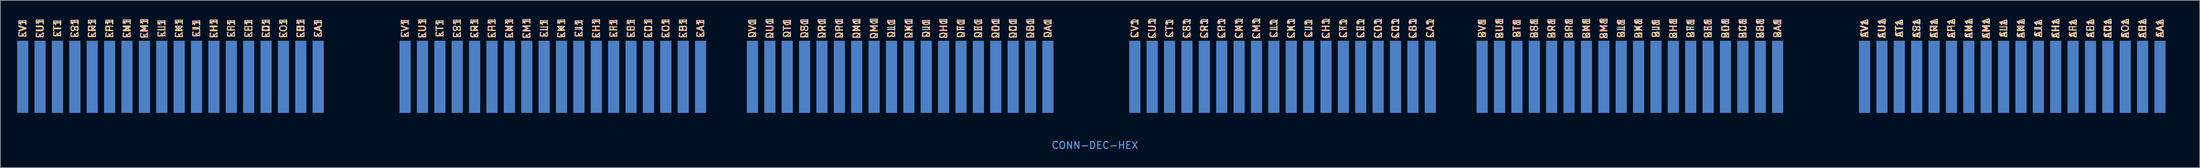
<source format=kicad_pcb>
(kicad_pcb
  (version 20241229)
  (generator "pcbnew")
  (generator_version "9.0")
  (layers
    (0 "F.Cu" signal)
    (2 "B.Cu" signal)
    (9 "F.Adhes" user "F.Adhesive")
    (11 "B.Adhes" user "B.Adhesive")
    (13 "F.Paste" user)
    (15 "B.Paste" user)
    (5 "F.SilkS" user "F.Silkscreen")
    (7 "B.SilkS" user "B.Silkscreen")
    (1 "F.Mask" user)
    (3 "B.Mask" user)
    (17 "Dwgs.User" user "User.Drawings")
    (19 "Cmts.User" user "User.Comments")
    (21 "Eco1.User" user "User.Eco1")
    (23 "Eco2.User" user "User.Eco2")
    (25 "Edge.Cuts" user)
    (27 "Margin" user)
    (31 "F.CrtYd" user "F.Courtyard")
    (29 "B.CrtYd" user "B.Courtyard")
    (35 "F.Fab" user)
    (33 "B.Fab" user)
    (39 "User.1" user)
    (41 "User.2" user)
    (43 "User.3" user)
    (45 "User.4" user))
  (footprint "CONN-DEC-HEX"
    (layer "F.Cu")
    (at 395.536 18.653)
    (property "Reference" "CONN-DEC-HEX" (at -198.577 4.928 0) (layer "Cmts.User") (effects (font (size 1.27 1.27) (thickness 0.203))))
    (attr through_hole)
    (fp_text user "FK1" (at -365.862 -16.51 90) (layer "F.SilkS") (effects (font (size 1.27 1.27) (thickness 0.203))))
    (fp_text user "AJ1" (at -26.238 -16.51 90) (layer "F.SilkS") (effects (font (size 1.27 1.27) (thickness 0.203))))
    (fp_text user "AV1" (at -57.988 -16.51 90) (layer "F.SilkS") (effects (font (size 1.27 1.27) (thickness 0.203))))
    (fp_text user "BN1" (at -108.788 -16.51 90) (layer "F.SilkS") (effects (font (size 1.27 1.27) (thickness 0.203))))
    (fp_text user "CJ1" (at -159.537 -16.51 90) (layer "F.SilkS") (effects (font (size 1.27 1.27) (thickness 0.203))))
    (fp_text user "CR1" (at -178.587 -16.51 90) (layer "F.SilkS") (effects (font (size 1.27 1.27) (thickness 0.203))))
    (fp_text user "EK1" (at -296.012 -16.51 90) (layer "F.SilkS") (effects (font (size 1.27 1.27) (thickness 0.203))))
    (fp_text user "AP1" (at -42.113 -16.51 90) (layer "F.SilkS") (effects (font (size 1.27 1.27) (thickness 0.203))))
    (fp_text user "EF1" (at -286.487 -16.51 90) (layer "F.SilkS") (effects (font (size 1.27 1.27) (thickness 0.203))))
    (fp_text user "FA1" (at -340.462 -16.51 90) (layer "F.SilkS") (effects (font (size 1.27 1.27) (thickness 0.203))))
    (fp_text user "DU1" (at -257.962 -16.51 90) (layer "F.SilkS") (effects (font (size 1.27 1.27) (thickness 0.203))))
    (fp_text user "ES1" (at -315.062 -16.51 90) (layer "F.SilkS") (effects (font (size 1.27 1.27) (thickness 0.203))))
    (fp_text user "FF1" (at -356.337 -16.51 90) (layer "F.SilkS") (effects (font (size 1.27 1.27) (thickness 0.203))))
    (fp_text user "DL1" (at -235.737 -16.51 90) (layer "F.SilkS") (effects (font (size 1.27 1.27) (thickness 0.203))))
    (fp_text user "CN1" (at -172.237 -16.51 90) (layer "F.SilkS") (effects (font (size 1.27 1.27) (thickness 0.203))))
    (fp_text user "DA1" (at -207.162 -16.51 90) (layer "F.SilkS") (effects (font (size 1.27 1.27) (thickness 0.203))))
    (fp_text user "BF1" (at -89.738 -16.51 90) (layer "F.SilkS") (effects (font (size 1.27 1.27) (thickness 0.203))))
    (fp_text user "AN1" (at -38.938 -16.51 90) (layer "F.SilkS") (effects (font (size 1.27 1.27) (thickness 0.203))))
    (fp_text user "BS1" (at -118.313 -16.51 90) (layer "F.SilkS") (effects (font (size 1.27 1.27) (thickness 0.203))))
    (fp_text user "DC1" (at -213.512 -16.51 90) (layer "F.SilkS") (effects (font (size 1.27 1.27) (thickness 0.203))))
    (fp_text user "FE1" (at -353.162 -16.51 90) (layer "F.SilkS") (effects (font (size 1.27 1.27) (thickness 0.203))))
    (fp_text user "FS1" (at -384.912 -16.51 90) (layer "F.SilkS") (effects (font (size 1.27 1.27) (thickness 0.203))))
    (fp_text user "BA1" (at -73.863 -16.51 90) (layer "F.SilkS") (effects (font (size 1.27 1.27) (thickness 0.203))))
    (fp_text user "CD1" (at -146.837 -16.51 90) (layer "F.SilkS") (effects (font (size 1.27 1.27) (thickness 0.203))))
    (fp_text user "BP1" (at -111.963 -16.51 90) (layer "F.SilkS") (effects (font (size 1.27 1.27) (thickness 0.203))))
    (fp_text user "FU1" (at -391.262 -16.51 90) (layer "F.SilkS") (effects (font (size 1.27 1.27) (thickness 0.203))))
    (fp_text user "BE1" (at -86.563 -16.51 90) (layer "F.SilkS") (effects (font (size 1.27 1.27) (thickness 0.203))))
    (fp_text user "DN1" (at -242.087 -16.51 90) (layer "F.SilkS") (effects (font (size 1.27 1.27) (thickness 0.203))))
    (fp_text user "CE1" (at -150.012 -16.51 90) (layer "F.SilkS") (effects (font (size 1.27 1.27) (thickness 0.203))))
    (fp_text user "CB1" (at -140.487 -16.51 90) (layer "F.SilkS") (effects (font (size 1.27 1.27) (thickness 0.203))))
    (fp_text user "AD1" (at -13.538 -16.51 90) (layer "F.SilkS") (effects (font (size 1.27 1.27) (thickness 0.203))))
    (fp_text user "FT1" (at -388.087 -16.51 90) (layer "F.SilkS") (effects (font (size 1.27 1.27) (thickness 0.203))))
    (fp_text user "EH1" (at -289.662 -16.51 90) (layer "F.SilkS") (effects (font (size 1.27 1.27) (thickness 0.203))))
    (fp_text user "BK1" (at -99.263 -16.51 90) (layer "F.SilkS") (effects (font (size 1.27 1.27) (thickness 0.203))))
    (fp_text user "FR1" (at -381.737 -16.51 90) (layer "F.SilkS") (effects (font (size 1.27 1.27) (thickness 0.203))))
    (fp_text user "BJ1" (at -96.088 -16.51 90) (layer "F.SilkS") (effects (font (size 1.27 1.27) (thickness 0.203))))
    (fp_text user "CU1" (at -188.112 -16.51 90) (layer "F.SilkS") (effects (font (size 1.27 1.27) (thickness 0.203))))
    (fp_text user "AE1" (at -16.713 -16.51 90) (layer "F.SilkS") (effects (font (size 1.27 1.27) (thickness 0.203))))
    (fp_text user "CL1" (at -165.887 -16.51 90) (layer "F.SilkS") (effects (font (size 1.27 1.27) (thickness 0.203))))
    (fp_text user "AC1" (at -10.363 -16.51 90) (layer "F.SilkS") (effects (font (size 1.27 1.27) (thickness 0.203))))
    (fp_text user "DH1" (at -226.212 -16.51 90) (layer "F.SilkS") (effects (font (size 1.27 1.27) (thickness 0.203))))
    (fp_text user "BU1" (at -124.663 -16.51 90) (layer "F.SilkS") (effects (font (size 1.27 1.27) (thickness 0.203))))
    (fp_text user "EL1" (at -299.187 -16.51 90) (layer "F.SilkS") (effects (font (size 1.27 1.27) (thickness 0.203))))
    (fp_text user "EM1" (at -302.362 -16.51 90) (layer "F.SilkS") (effects (font (size 1.27 1.27) (thickness 0.203))))
    (fp_text user "BL1" (at -102.438 -16.51 90) (layer "F.SilkS") (effects (font (size 1.27 1.27) (thickness 0.203))))
    (fp_text user "FN1" (at -375.387 -16.51 90) (layer "F.SilkS") (effects (font (size 1.27 1.27) (thickness 0.203))))
    (fp_text user "DK1" (at -232.562 -16.51 90) (layer "F.SilkS") (effects (font (size 1.27 1.27) (thickness 0.203))))
    (fp_text user "EB1" (at -273.787 -16.51 90) (layer "F.SilkS") (effects (font (size 1.27 1.27) (thickness 0.203))))
    (fp_text user "BC1" (at -80.213 -16.51 90) (layer "F.SilkS") (effects (font (size 1.27 1.27) (thickness 0.203))))
    (fp_text user "DF1" (at -223.037 -16.51 90) (layer "F.SilkS") (effects (font (size 1.27 1.27) (thickness 0.203))))
    (fp_text user "EN1" (at -305.537 -16.51 90) (layer "F.SilkS") (effects (font (size 1.27 1.27) (thickness 0.203))))
    (fp_text user "BM1" (at -105.613 -16.51 90) (layer "F.SilkS") (effects (font (size 1.27 1.27) (thickness 0.203))))
    (fp_text user "EC1" (at -276.962 -16.51 90) (layer "F.SilkS") (effects (font (size 1.27 1.27) (thickness 0.203))))
    (fp_text user "DJ1" (at -229.387 -16.51 90) (layer "F.SilkS") (effects (font (size 1.27 1.27) (thickness 0.203))))
    (fp_text user "ED1" (at -280.137 -16.51 90) (layer "F.SilkS") (effects (font (size 1.27 1.27) (thickness 0.203))))
    (fp_text user "DM1" (at -238.912 -16.51 90) (layer "F.SilkS") (effects (font (size 1.27 1.27) (thickness 0.203))))
    (fp_text user "DB1" (at -210.337 -16.51 90) (layer "F.SilkS") (effects (font (size 1.27 1.27) (thickness 0.203))))
    (fp_text user "AA1" (at -4.013 -16.51 90) (layer "F.SilkS") (effects (font (size 1.27 1.27) (thickness 0.203))))
    (fp_text user "BV1" (at -127.838 -16.51 90) (layer "F.SilkS") (effects (font (size 1.27 1.27) (thickness 0.203))))
    (fp_text user "DT1" (at -254.787 -16.51 90) (layer "F.SilkS") (effects (font (size 1.27 1.27) (thickness 0.203))))
    (fp_text user "FM1" (at -372.212 -16.51 90) (layer "F.SilkS") (effects (font (size 1.27 1.27) (thickness 0.203))))
    (fp_text user "AS1" (at -48.463 -16.51 90) (layer "F.SilkS") (effects (font (size 1.27 1.27) (thickness 0.203))))
    (fp_text user "DP1" (at -245.262 -16.51 90) (layer "F.SilkS") (effects (font (size 1.27 1.27) (thickness 0.203))))
    (fp_text user "AT1" (at -51.638 -16.51 90) (layer "F.SilkS") (effects (font (size 1.27 1.27) (thickness 0.203))))
    (fp_text user "DS1" (at -251.612 -16.51 90) (layer "F.SilkS") (effects (font (size 1.27 1.27) (thickness 0.203))))
    (fp_text user "FB1" (at -343.637 -16.51 90) (layer "F.SilkS") (effects (font (size 1.27 1.27) (thickness 0.203))))
    (fp_text user "ER1" (at -311.887 -16.51 90) (layer "F.SilkS") (effects (font (size 1.27 1.27) (thickness 0.203))))
    (fp_text user "DD1" (at -216.687 -16.51 90) (layer "F.SilkS") (effects (font (size 1.27 1.27) (thickness 0.203))))
    (fp_text user "CM1" (at -169.062 -16.51 90) (layer "F.SilkS") (effects (font (size 1.27 1.27) (thickness 0.203))))
    (fp_text user "BB1" (at -77.038 -16.51 90) (layer "F.SilkS") (effects (font (size 1.27 1.27) (thickness 0.203))))
    (fp_text user "CK1" (at -162.712 -16.51 90) (layer "F.SilkS") (effects (font (size 1.27 1.27) (thickness 0.203))))
    (fp_text user "FP1" (at -378.562 -16.51 90) (layer "F.SilkS") (effects (font (size 1.27 1.27) (thickness 0.203))))
    (fp_text user "AR1" (at -45.288 -16.51 90) (layer "F.SilkS") (effects (font (size 1.27 1.27) (thickness 0.203))))
    (fp_text user "EJ1" (at -292.837 -16.51 90) (layer "F.SilkS") (effects (font (size 1.27 1.27) (thickness 0.203))))
    (fp_text user "EU1" (at -321.412 -16.51 90) (layer "F.SilkS") (effects (font (size 1.27 1.27) (thickness 0.203))))
    (fp_text user "BD1" (at -83.388 -16.51 90) (layer "F.SilkS") (effects (font (size 1.27 1.27) (thickness 0.203))))
    (fp_text user "FV1" (at -394.437 -16.51 90) (layer "F.SilkS") (effects (font (size 1.27 1.27) (thickness 0.203))))
    (fp_text user "AB1" (at -7.188 -16.51 90) (layer "F.SilkS") (effects (font (size 1.27 1.27) (thickness 0.203))))
    (fp_text user "CC1" (at -143.662 -16.51 90) (layer "F.SilkS") (effects (font (size 1.27 1.27) (thickness 0.203))))
    (fp_text user "CA1" (at -137.312 -16.51 90) (layer "F.SilkS") (effects (font (size 1.27 1.27) (thickness 0.203))))
    (fp_text user "BH1" (at -92.913 -16.51 90) (layer "F.SilkS") (effects (font (size 1.27 1.27) (thickness 0.203))))
    (fp_text user "CF1" (at -153.187 -16.51 90) (layer "F.SilkS") (effects (font (size 1.27 1.27) (thickness 0.203))))
    (fp_text user "AK1" (at -29.413 -16.51 90) (layer "F.SilkS") (effects (font (size 1.27 1.27) (thickness 0.203))))
    (fp_text user "EA1" (at -270.612 -16.51 90) (layer "F.SilkS") (effects (font (size 1.27 1.27) (thickness 0.203))))
    (fp_text user "CP1" (at -175.412 -16.51 90) (layer "F.SilkS") (effects (font (size 1.27 1.27) (thickness 0.203))))
    (fp_text user "AH1" (at -23.063 -16.51 90) (layer "F.SilkS") (effects (font (size 1.27 1.27) (thickness 0.203))))
    (fp_text user "FC1" (at -346.812 -16.51 90) (layer "F.SilkS") (effects (font (size 1.27 1.27) (thickness 0.203))))
    (fp_text user "DE1" (at -219.862 -16.51 90) (layer "F.SilkS") (effects (font (size 1.27 1.27) (thickness 0.203))))
    (fp_text user "CV1" (at -191.287 -16.51 90) (layer "F.SilkS") (effects (font (size 1.27 1.27) (thickness 0.203))))
    (fp_text user "CT1" (at -184.937 -16.51 90) (layer "F.SilkS") (effects (font (size 1.27 1.27) (thickness 0.203))))
    (fp_text user "ET1" (at -318.237 -16.51 90) (layer "F.SilkS") (effects (font (size 1.27 1.27) (thickness 0.203))))
    (fp_text user "EV1" (at -324.587 -16.51 90) (layer "F.SilkS") (effects (font (size 1.27 1.27) (thickness 0.203))))
    (fp_text user "AU1" (at -54.813 -16.51 90) (layer "F.SilkS") (effects (font (size 1.27 1.27) (thickness 0.203))))
    (fp_text user "AL1" (at -32.588 -16.51 90) (layer "F.SilkS") (effects (font (size 1.27 1.27) (thickness 0.203))))
    (fp_text user "AF1" (at -19.888 -16.51 90) (layer "F.SilkS") (effects (font (size 1.27 1.27) (thickness 0.203))))
    (fp_text user "CH1" (at -156.362 -16.51 90) (layer "F.SilkS") (effects (font (size 1.27 1.27) (thickness 0.203))))
    (fp_text user "FD1" (at -349.987 -16.51 90) (layer "F.SilkS") (effects (font (size 1.27 1.27) (thickness 0.203))))
    (fp_text user "BR1" (at -115.138 -16.51 90) (layer "F.SilkS") (effects (font (size 1.27 1.27) (thickness 0.203))))
    (fp_text user "CS1" (at -181.762 -16.51 90) (layer "F.SilkS") (effects (font (size 1.27 1.27) (thickness 0.203))))
    (fp_text user "EP1" (at -308.712 -16.51 90) (layer "F.SilkS") (effects (font (size 1.27 1.27) (thickness 0.203))))
    (fp_text user "FJ1" (at -362.687 -16.51 90) (layer "F.SilkS") (effects (font (size 1.27 1.27) (thickness 0.203))))
    (fp_text user "AM1" (at -35.763 -16.51 90) (layer "F.SilkS") (effects (font (size 1.27 1.27) (thickness 0.203))))
    (fp_text user "FH1" (at -359.512 -16.51 90) (layer "F.SilkS") (effects (font (size 1.27 1.27) (thickness 0.203))))
    (fp_text user "EE1" (at -283.312 -16.51 90) (layer "F.SilkS") (effects (font (size 1.27 1.27) (thickness 0.203))))
    (fp_text user "DV1" (at -261.137 -16.51 90) (layer "F.SilkS") (effects (font (size 1.27 1.27) (thickness 0.203))))
    (fp_text user "BT1" (at -121.488 -16.51 90) (layer "F.SilkS") (effects (font (size 1.27 1.27) (thickness 0.203))))
    (fp_text user "DR1" (at -248.437 -16.51 90) (layer "F.SilkS") (effects (font (size 1.27 1.27) (thickness 0.203))))
    (fp_text user "FL1" (at -369.037 -16.51 90) (layer "F.SilkS") (effects (font (size 1.27 1.27) (thickness 0.203))))
    (fp_text user "CJ2" (at -159.537 -16.51 90) (layer "B.SilkS") (effects (font (size 1.27 1.27) (thickness 0.203)) (justify mirror)))
    (fp_text user "AP2" (at -42.113 -16.51 90) (layer "B.SilkS") (effects (font (size 1.27 1.27) (thickness 0.203)) (justify mirror)))
    (fp_text user "CU2" (at -188.112 -16.51 90) (layer "B.SilkS") (effects (font (size 1.27 1.27) (thickness 0.203)) (justify mirror)))
    (fp_text user "EP2" (at -308.712 -16.51 90) (layer "B.SilkS") (effects (font (size 1.27 1.27) (thickness 0.203)) (justify mirror)))
    (fp_text user "EJ2" (at -292.837 -16.51 90) (layer "B.SilkS") (effects (font (size 1.27 1.27) (thickness 0.203)) (justify mirror)))
    (fp_text user "AA2" (at -4.013 -16.51 90) (layer "B.SilkS") (effects (font (size 1.27 1.27) (thickness 0.203)) (justify mirror)))
    (fp_text user "BJ2" (at -96.088 -16.51 90) (layer "B.SilkS") (effects (font (size 1.27 1.27) (thickness 0.203)) (justify mirror)))
    (fp_text user "FR2" (at -381.737 -16.51 90) (layer "B.SilkS") (effects (font (size 1.27 1.27) (thickness 0.203)) (justify mirror)))
    (fp_text user "DU2" (at -257.962 -16.51 90) (layer "B.SilkS") (effects (font (size 1.27 1.27) (thickness 0.203)) (justify mirror)))
    (fp_text user "EK2" (at -296.012 -16.51 90) (layer "B.SilkS") (effects (font (size 1.27 1.27) (thickness 0.203)) (justify mirror)))
    (fp_text user "CV2" (at -191.287 -16.51 90) (layer "B.SilkS") (effects (font (size 1.27 1.27) (thickness 0.203)) (justify mirror)))
    (fp_text user "CM2" (at -169.062 -16.51 90) (layer "B.SilkS") (effects (font (size 1.27 1.27) (thickness 0.203)) (justify mirror)))
    (fp_text user "BM2" (at -105.613 -16.51 90) (layer "B.SilkS") (effects (font (size 1.27 1.27) (thickness 0.203)) (justify mirror)))
    (fp_text user "FU2" (at -391.262 -16.51 90) (layer "B.SilkS") (effects (font (size 1.27 1.27) (thickness 0.203)) (justify mirror)))
    (fp_text user "DF2" (at -223.037 -16.51 90) (layer "B.SilkS") (effects (font (size 1.27 1.27) (thickness 0.203)) (justify mirror)))
    (fp_text user "DK2" (at -232.562 -16.51 90) (layer "B.SilkS") (effects (font (size 1.27 1.27) (thickness 0.203)) (justify mirror)))
    (fp_text user "DR2" (at -248.437 -16.51 90) (layer "B.SilkS") (effects (font (size 1.27 1.27) (thickness 0.203)) (justify mirror)))
    (fp_text user "BU2" (at -124.663 -16.51 90) (layer "B.SilkS") (effects (font (size 1.27 1.27) (thickness 0.203)) (justify mirror)))
    (fp_text user "CR2" (at -178.587 -16.51 90) (layer "B.SilkS") (effects (font (size 1.27 1.27) (thickness 0.203)) (justify mirror)))
    (fp_text user "CF2" (at -153.187 -16.51 90) (layer "B.SilkS") (effects (font (size 1.27 1.27) (thickness 0.203)) (justify mirror)))
    (fp_text user "DT2" (at -254.787 -16.51 90) (layer "B.SilkS") (effects (font (size 1.27 1.27) (thickness 0.203)) (justify mirror)))
    (fp_text user "CN2" (at -172.237 -16.51 90) (layer "B.SilkS") (effects (font (size 1.27 1.27) (thickness 0.203)) (justify mirror)))
    (fp_text user "AR2" (at -45.288 -16.51 90) (layer "B.SilkS") (effects (font (size 1.27 1.27) (thickness 0.203)) (justify mirror)))
    (fp_text user "FK2" (at -365.862 -16.51 90) (layer "B.SilkS") (effects (font (size 1.27 1.27) (thickness 0.203)) (justify mirror)))
    (fp_text user "EM2" (at -302.362 -16.51 90) (layer "B.SilkS") (effects (font (size 1.27 1.27) (thickness 0.203)) (justify mirror)))
    (fp_text user "AC2" (at -10.363 -16.51 90) (layer "B.SilkS") (effects (font (size 1.27 1.27) (thickness 0.203)) (justify mirror)))
    (fp_text user "ES2" (at -315.062 -16.51 90) (layer "B.SilkS") (effects (font (size 1.27 1.27) (thickness 0.203)) (justify mirror)))
    (fp_text user "CC2" (at -143.662 -16.51 90) (layer "B.SilkS") (effects (font (size 1.27 1.27) (thickness 0.203)) (justify mirror)))
    (fp_text user "FT2" (at -388.087 -16.51 90) (layer "B.SilkS") (effects (font (size 1.27 1.27) (thickness 0.203)) (justify mirror)))
    (fp_text user "DJ2" (at -229.387 -16.51 90) (layer "B.SilkS") (effects (font (size 1.27 1.27) (thickness 0.203)) (justify mirror)))
    (fp_text user "AJ2" (at -26.238 -16.51 90) (layer "B.SilkS") (effects (font (size 1.27 1.27) (thickness 0.203)) (justify mirror)))
    (fp_text user "BR2" (at -115.138 -16.51 90) (layer "B.SilkS") (effects (font (size 1.27 1.27) (thickness 0.203)) (justify mirror)))
    (fp_text user "EC2" (at -276.962 -16.51 90) (layer "B.SilkS") (effects (font (size 1.27 1.27) (thickness 0.203)) (justify mirror)))
    (fp_text user "CS2" (at -181.762 -16.51 90) (layer "B.SilkS") (effects (font (size 1.27 1.27) (thickness 0.203)) (justify mirror)))
    (fp_text user "FM2" (at -372.212 -16.51 90) (layer "B.SilkS") (effects (font (size 1.27 1.27) (thickness 0.203)) (justify mirror)))
    (fp_text user "CH2" (at -156.362 -16.51 90) (layer "B.SilkS") (effects (font (size 1.27 1.27) (thickness 0.203)) (justify mirror)))
    (fp_text user "AB2" (at -7.188 -16.51 90) (layer "B.SilkS") (effects (font (size 1.27 1.27) (thickness 0.203)) (justify mirror)))
    (fp_text user "AT2" (at -51.638 -16.51 90) (layer "B.SilkS") (effects (font (size 1.27 1.27) (thickness 0.203)) (justify mirror)))
    (fp_text user "FS2" (at -384.912 -16.51 90) (layer "B.SilkS") (effects (font (size 1.27 1.27) (thickness 0.203)) (justify mirror)))
    (fp_text user "BF2" (at -89.738 -16.51 90) (layer "B.SilkS") (effects (font (size 1.27 1.27) (thickness 0.203)) (justify mirror)))
    (fp_text user "BE2" (at -86.563 -16.51 90) (layer "B.SilkS") (effects (font (size 1.27 1.27) (thickness 0.203)) (justify mirror)))
    (fp_text user "DP2" (at -245.262 -16.51 90) (layer "B.SilkS") (effects (font (size 1.27 1.27) (thickness 0.203)) (justify mirror)))
    (fp_text user "ET2" (at -318.237 -16.51 90) (layer "B.SilkS") (effects (font (size 1.27 1.27) (thickness 0.203)) (justify mirror)))
    (fp_text user "BT2" (at -121.488 -16.51 90) (layer "B.SilkS") (effects (font (size 1.27 1.27) (thickness 0.203)) (justify mirror)))
    (fp_text user "EN2" (at -305.537 -16.51 90) (layer "B.SilkS") (effects (font (size 1.27 1.27) (thickness 0.203)) (justify mirror)))
    (fp_text user "EB2" (at -273.787 -16.51 90) (layer "B.SilkS") (effects (font (size 1.27 1.27) (thickness 0.203)) (justify mirror)))
    (fp_text user "AM2" (at -35.763 -16.51 90) (layer "B.SilkS") (effects (font (size 1.27 1.27) (thickness 0.203)) (justify mirror)))
    (fp_text user "DH2" (at -226.212 -16.51 90) (layer "B.SilkS") (effects (font (size 1.27 1.27) (thickness 0.203)) (justify mirror)))
    (fp_text user "FH2" (at -359.512 -16.51 90) (layer "B.SilkS") (effects (font (size 1.27 1.27) (thickness 0.203)) (justify mirror)))
    (fp_text user "CP2" (at -175.412 -16.51 90) (layer "B.SilkS") (effects (font (size 1.27 1.27) (thickness 0.203)) (justify mirror)))
    (fp_text user "EV2" (at -324.587 -16.51 90) (layer "B.SilkS") (effects (font (size 1.27 1.27) (thickness 0.203)) (justify mirror)))
    (fp_text user "EA2" (at -270.612 -16.51 90) (layer "B.SilkS") (effects (font (size 1.27 1.27) (thickness 0.203)) (justify mirror)))
    (fp_text user "CD2" (at -146.837 -16.51 90) (layer "B.SilkS") (effects (font (size 1.27 1.27) (thickness 0.203)) (justify mirror)))
    (fp_text user "AS2" (at -48.463 -16.51 90) (layer "B.SilkS") (effects (font (size 1.27 1.27) (thickness 0.203)) (justify mirror)))
    (fp_text user "FN2" (at -375.387 -16.51 90) (layer "B.SilkS") (effects (font (size 1.27 1.27) (thickness 0.203)) (justify mirror)))
    (fp_text user "CE2" (at -150.012 -16.51 90) (layer "B.SilkS") (effects (font (size 1.27 1.27) (thickness 0.203)) (justify mirror)))
    (fp_text user "AV2" (at -57.988 -16.51 90) (layer "B.SilkS") (effects (font (size 1.27 1.27) (thickness 0.203)) (justify mirror)))
    (fp_text user "DA2" (at -207.162 -16.51 90) (layer "B.SilkS") (effects (font (size 1.27 1.27) (thickness 0.203)) (justify mirror)))
    (fp_text user "FJ2" (at -362.687 -16.51 90) (layer "B.SilkS") (effects (font (size 1.27 1.27) (thickness 0.203)) (justify mirror)))
    (fp_text user "AD2" (at -13.538 -16.51 90) (layer "B.SilkS") (effects (font (size 1.27 1.27) (thickness 0.203)) (justify mirror)))
    (fp_text user "FD2" (at -349.987 -16.51 90) (layer "B.SilkS") (effects (font (size 1.27 1.27) (thickness 0.203)) (justify mirror)))
    (fp_text user "BA2" (at -73.863 -16.51 90) (layer "B.SilkS") (effects (font (size 1.27 1.27) (thickness 0.203)) (justify mirror)))
    (fp_text user "CA2" (at -137.312 -16.51 90) (layer "B.SilkS") (effects (font (size 1.27 1.27) (thickness 0.203)) (justify mirror)))
    (fp_text user "BP2" (at -111.963 -16.51 90) (layer "B.SilkS") (effects (font (size 1.27 1.27) (thickness 0.203)) (justify mirror)))
    (fp_text user "BD2" (at -83.388 -16.51 90) (layer "B.SilkS") (effects (font (size 1.27 1.27) (thickness 0.203)) (justify mirror)))
    (fp_text user "AN2" (at -38.938 -16.51 90) (layer "B.SilkS") (effects (font (size 1.27 1.27) (thickness 0.203)) (justify mirror)))
    (fp_text user "BC2" (at -80.213 -16.51 90) (layer "B.SilkS") (effects (font (size 1.27 1.27) (thickness 0.203)) (justify mirror)))
    (fp_text user "ED2" (at -280.137 -16.51 90) (layer "B.SilkS") (effects (font (size 1.27 1.27) (thickness 0.203)) (justify mirror)))
    (fp_text user "BB2" (at -77.038 -16.51 90) (layer "B.SilkS") (effects (font (size 1.27 1.27) (thickness 0.203)) (justify mirror)))
    (fp_text user "AK2" (at -29.413 -16.51 90) (layer "B.SilkS") (effects (font (size 1.27 1.27) (thickness 0.203)) (justify mirror)))
    (fp_text user "BH2" (at -92.913 -16.51 90) (layer "B.SilkS") (effects (font (size 1.27 1.27) (thickness 0.203)) (justify mirror)))
    (fp_text user "AF2" (at -19.888 -16.51 90) (layer "B.SilkS") (effects (font (size 1.27 1.27) (thickness 0.203)) (justify mirror)))
    (fp_text user "FC2" (at -346.812 -16.51 90) (layer "B.SilkS") (effects (font (size 1.27 1.27) (thickness 0.203)) (justify mirror)))
    (fp_text user "DD2" (at -216.687 -16.51 90) (layer "B.SilkS") (effects (font (size 1.27 1.27) (thickness 0.203)) (justify mirror)))
    (fp_text user "FV2" (at -394.437 -16.51 90) (layer "B.SilkS") (effects (font (size 1.27 1.27) (thickness 0.203)) (justify mirror)))
    (fp_text user "FB2" (at -343.637 -16.51 90) (layer "B.SilkS") (effects (font (size 1.27 1.27) (thickness 0.203)) (justify mirror)))
    (fp_text user "BN2" (at -108.788 -16.51 90) (layer "B.SilkS") (effects (font (size 1.27 1.27) (thickness 0.203)) (justify mirror)))
    (fp_text user "DE2" (at -219.862 -16.51 90) (layer "B.SilkS") (effects (font (size 1.27 1.27) (thickness 0.203)) (justify mirror)))
    (fp_text user "FE2" (at -353.162 -16.51 90) (layer "B.SilkS") (effects (font (size 1.27 1.27) (thickness 0.203)) (justify mirror)))
    (fp_text user "FF2" (at -356.337 -16.51 90) (layer "B.SilkS") (effects (font (size 1.27 1.27) (thickness 0.203)) (justify mirror)))
    (fp_text user "FA2" (at -340.462 -16.51 90) (layer "B.SilkS") (effects (font (size 1.27 1.27) (thickness 0.203)) (justify mirror)))
    (fp_text user "FL2" (at -369.037 -16.51 90) (layer "B.SilkS") (effects (font (size 1.27 1.27) (thickness 0.203)) (justify mirror)))
    (fp_text user "EF2" (at -286.487 -16.51 90) (layer "B.SilkS") (effects (font (size 1.27 1.27) (thickness 0.203)) (justify mirror)))
    (fp_text user "EU2" (at -321.412 -16.51 90) (layer "B.SilkS") (effects (font (size 1.27 1.27) (thickness 0.203)) (justify mirror)))
    (fp_text user "DV2" (at -261.137 -16.51 90) (layer "B.SilkS") (effects (font (size 1.27 1.27) (thickness 0.203)) (justify mirror)))
    (fp_text user "EE2" (at -283.312 -16.51 90) (layer "B.SilkS") (effects (font (size 1.27 1.27) (thickness 0.203)) (justify mirror)))
    (fp_text user "DN2" (at -242.087 -16.51 90) (layer "B.SilkS") (effects (font (size 1.27 1.27) (thickness 0.203)) (justify mirror)))
    (fp_text user "AU2" (at -54.813 -16.51 90) (layer "B.SilkS") (effects (font (size 1.27 1.27) (thickness 0.203)) (justify mirror)))
    (fp_text user "CL2" (at -165.887 -16.51 90) (layer "B.SilkS") (effects (font (size 1.27 1.27) (thickness 0.203)) (justify mirror)))
    (fp_text user "AE2" (at -16.713 -16.51 90) (layer "B.SilkS") (effects (font (size 1.27 1.27) (thickness 0.203)) (justify mirror)))
    (fp_text user "DS2" (at -251.612 -16.51 90) (layer "B.SilkS") (effects (font (size 1.27 1.27) (thickness 0.203)) (justify mirror)))
    (fp_text user "ER2" (at -311.887 -16.51 90) (layer "B.SilkS") (effects (font (size 1.27 1.27) (thickness 0.203)) (justify mirror)))
    (fp_text user "DB2" (at -210.337 -16.51 90) (layer "B.SilkS") (effects (font (size 1.27 1.27) (thickness 0.203)) (justify mirror)))
    (fp_text user "BK2" (at -99.263 -16.51 90) (layer "B.SilkS") (effects (font (size 1.27 1.27) (thickness 0.203)) (justify mirror)))
    (fp_text user "AH2" (at -23.063 -16.51 90) (layer "B.SilkS") (effects (font (size 1.27 1.27) (thickness 0.203)) (justify mirror)))
    (fp_text user "DL2" (at -235.737 -16.51 90) (layer "B.SilkS") (effects (font (size 1.27 1.27) (thickness 0.203)) (justify mirror)))
    (fp_text user "BV2" (at -127.838 -16.51 90) (layer "B.SilkS") (effects (font (size 1.27 1.27) (thickness 0.203)) (justify mirror)))
    (fp_text user "FP2" (at -378.562 -16.51 90) (layer "B.SilkS") (effects (font (size 1.27 1.27) (thickness 0.203)) (justify mirror)))
    (fp_text user "BS2" (at -118.313 -16.51 90) (layer "B.SilkS") (effects (font (size 1.27 1.27) (thickness 0.203)) (justify mirror)))
    (fp_text user "EL2" (at -299.187 -16.51 90) (layer "B.SilkS") (effects (font (size 1.27 1.27) (thickness 0.203)) (justify mirror)))
    (fp_text user "BL2" (at -102.438 -16.51 90) (layer "B.SilkS") (effects (font (size 1.27 1.27) (thickness 0.203)) (justify mirror)))
    (fp_text user "CB2" (at -140.487 -16.51 90) (layer "B.SilkS") (effects (font (size 1.27 1.27) (thickness 0.203)) (justify mirror)))
    (fp_text user "DM2" (at -238.912 -16.51 90) (layer "B.SilkS") (effects (font (size 1.27 1.27) (thickness 0.203)) (justify mirror)))
    (fp_text user "CT2" (at -184.937 -16.51 90) (layer "B.SilkS") (effects (font (size 1.27 1.27) (thickness 0.203)) (justify mirror)))
    (fp_text user "DC2" (at -213.512 -16.51 90) (layer "B.SilkS") (effects (font (size 1.27 1.27) (thickness 0.203)) (justify mirror)))
    (fp_text user "AL2" (at -32.588 -16.51 90) (layer "B.SilkS") (effects (font (size 1.27 1.27) (thickness 0.203)) (justify mirror)))
    (fp_text user "EH2" (at -289.662 -16.51 90) (layer "B.SilkS") (effects (font (size 1.27 1.27) (thickness 0.203)) (justify mirror)))
    (fp_text user "CK2" (at -162.712 -16.51 90) (layer "B.SilkS") (effects (font (size 1.27 1.27) (thickness 0.203)) (justify mirror)))
    (pad "AA1" connect rect (at -4.013 -13.462) (size 2.032 13.208) (drill (offset 0 5.842)) (layers "F.Cu" "F.Mask"))
    (pad "AA2" connect rect (at -4.013 -13.462) (size 2.032 13.208) (drill (offset 0 5.842)) (layers "B.Cu" "B.Mask"))
    (pad "AB1" connect rect (at -7.188 -13.462) (size 2.032 13.208) (drill (offset 0 5.842)) (layers "F.Cu" "F.Mask"))
    (pad "AB2" connect rect (at -7.188 -13.462) (size 2.032 13.208) (drill (offset 0 5.842)) (layers "B.Cu" "B.Mask"))
    (pad "AC1" connect rect (at -10.363 -13.462) (size 2.032 13.208) (drill (offset 0 5.842)) (layers "F.Cu" "F.Mask"))
    (pad "AC2" connect rect (at -10.363 -13.462) (size 2.032 13.208) (drill (offset 0 5.842)) (layers "B.Cu" "B.Mask"))
    (pad "AD1" connect rect (at -13.538 -13.462) (size 2.032 13.208) (drill (offset 0 5.842)) (layers "F.Cu" "F.Mask"))
    (pad "AD2" connect rect (at -13.538 -13.462) (size 2.032 13.208) (drill (offset 0 5.842)) (layers "B.Cu" "B.Mask"))
    (pad "AE1" connect rect (at -16.713 -13.462) (size 2.032 13.208) (drill (offset 0 5.842)) (layers "F.Cu" "F.Mask"))
    (pad "AE2" connect rect (at -16.713 -13.462) (size 2.032 13.208) (drill (offset 0 5.842)) (layers "B.Cu" "B.Mask"))
    (pad "AF1" connect rect (at -19.888 -13.462) (size 2.032 13.208) (drill (offset 0 5.842)) (layers "F.Cu" "F.Mask"))
    (pad "AF2" connect rect (at -19.888 -13.462) (size 2.032 13.208) (drill (offset 0 5.842)) (layers "B.Cu" "B.Mask"))
    (pad "AH1" connect rect (at -23.063 -13.462) (size 2.032 13.208) (drill (offset 0 5.842)) (layers "F.Cu" "F.Mask"))
    (pad "AH2" connect rect (at -23.063 -13.462) (size 2.032 13.208) (drill (offset 0 5.842)) (layers "B.Cu" "B.Mask"))
    (pad "AJ1" connect rect (at -26.238 -13.462) (size 2.032 13.208) (drill (offset 0 5.842)) (layers "F.Cu" "F.Mask"))
    (pad "AJ2" connect rect (at -26.238 -13.462) (size 2.032 13.208) (drill (offset 0 5.842)) (layers "B.Cu" "B.Mask"))
    (pad "AK1" connect rect (at -29.413 -13.462) (size 2.032 13.208) (drill (offset 0 5.842)) (layers "F.Cu" "F.Mask"))
    (pad "AK2" connect rect (at -29.413 -13.462) (size 2.032 13.208) (drill (offset 0 5.842)) (layers "B.Cu" "B.Mask"))
    (pad "AL1" connect rect (at -32.588 -13.462) (size 2.032 13.208) (drill (offset 0 5.842)) (layers "F.Cu" "F.Mask"))
    (pad "AL2" connect rect (at -32.588 -13.462) (size 2.032 13.208) (drill (offset 0 5.842)) (layers "B.Cu" "B.Mask"))
    (pad "AM1" connect rect (at -35.763 -13.462) (size 2.032 13.208) (drill (offset 0 5.842)) (layers "F.Cu" "F.Mask"))
    (pad "AM2" connect rect (at -35.763 -13.462) (size 2.032 13.208) (drill (offset 0 5.842)) (layers "B.Cu" "B.Mask"))
    (pad "AN1" connect rect (at -38.938 -13.462) (size 2.032 13.208) (drill (offset 0 5.842)) (layers "F.Cu" "F.Mask"))
    (pad "AN2" connect rect (at -38.938 -13.462) (size 2.032 13.208) (drill (offset 0 5.842)) (layers "B.Cu" "B.Mask"))
    (pad "AP1" connect rect (at -42.113 -13.462) (size 2.032 13.208) (drill (offset 0 5.842)) (layers "F.Cu" "F.Mask"))
    (pad "AP2" connect rect (at -42.113 -13.462) (size 2.032 13.208) (drill (offset 0 5.842)) (layers "B.Cu" "B.Mask"))
    (pad "AR1" connect rect (at -45.288 -13.462) (size 2.032 13.208) (drill (offset 0 5.842)) (layers "F.Cu" "F.Mask"))
    (pad "AR2" connect rect (at -45.288 -13.462) (size 2.032 13.208) (drill (offset 0 5.842)) (layers "B.Cu" "B.Mask"))
    (pad "AS1" connect rect (at -48.463 -13.462) (size 2.032 13.208) (drill (offset 0 5.842)) (layers "F.Cu" "F.Mask"))
    (pad "AS2" connect rect (at -48.463 -13.462) (size 2.032 13.208) (drill (offset 0 5.842)) (layers "B.Cu" "B.Mask"))
    (pad "AT1" connect rect (at -51.638 -13.462) (size 2.032 13.208) (drill (offset 0 5.842)) (layers "F.Cu" "F.Mask"))
    (pad "AT2" connect rect (at -51.638 -13.462) (size 2.032 13.208) (drill (offset 0 5.842)) (layers "B.Cu" "B.Mask"))
    (pad "AU1" connect rect (at -54.813 -13.462) (size 2.032 13.208) (drill (offset 0 5.842)) (layers "F.Cu" "F.Mask"))
    (pad "AU2" connect rect (at -54.813 -13.462) (size 2.032 13.208) (drill (offset 0 5.842)) (layers "B.Cu" "B.Mask"))
    (pad "AV1" connect rect (at -57.988 -13.462) (size 2.032 13.208) (drill (offset 0 5.842)) (layers "F.Cu" "F.Mask"))
    (pad "AV2" connect rect (at -57.988 -13.462) (size 2.032 13.208) (drill (offset 0 5.842)) (layers "B.Cu" "B.Mask"))
    (pad "BA1" connect rect (at -73.863 -13.462) (size 2.032 13.208) (drill (offset 0 5.842)) (layers "F.Cu" "F.Mask"))
    (pad "BA2" connect rect (at -73.863 -13.462) (size 2.032 13.208) (drill (offset 0 5.842)) (layers "B.Cu" "B.Mask"))
    (pad "BB1" connect rect (at -77.038 -13.462) (size 2.032 13.208) (drill (offset 0 5.842)) (layers "F.Cu" "F.Mask"))
    (pad "BB2" connect rect (at -77.038 -13.462) (size 2.032 13.208) (drill (offset 0 5.842)) (layers "B.Cu" "B.Mask"))
    (pad "BC1" connect rect (at -80.213 -13.462) (size 2.032 13.208) (drill (offset 0 5.842)) (layers "F.Cu" "F.Mask"))
    (pad "BC2" connect rect (at -80.213 -13.462) (size 2.032 13.208) (drill (offset 0 5.842)) (layers "B.Cu" "B.Mask"))
    (pad "BD1" connect rect (at -83.388 -13.462) (size 2.032 13.208) (drill (offset 0 5.842)) (layers "F.Cu" "F.Mask"))
    (pad "BD2" connect rect (at -83.388 -13.462) (size 2.032 13.208) (drill (offset 0 5.842)) (layers "B.Cu" "B.Mask"))
    (pad "BE1" connect rect (at -86.563 -13.462) (size 2.032 13.208) (drill (offset 0 5.842)) (layers "F.Cu" "F.Mask"))
    (pad "BE2" connect rect (at -86.563 -13.462) (size 2.032 13.208) (drill (offset 0 5.842)) (layers "B.Cu" "B.Mask"))
    (pad "BF1" connect rect (at -89.738 -13.462) (size 2.032 13.208) (drill (offset 0 5.842)) (layers "F.Cu" "F.Mask"))
    (pad "BF2" connect rect (at -89.738 -13.462) (size 2.032 13.208) (drill (offset 0 5.842)) (layers "B.Cu" "B.Mask"))
    (pad "BH1" connect rect (at -92.913 -13.462) (size 2.032 13.208) (drill (offset 0 5.842)) (layers "F.Cu" "F.Mask"))
    (pad "BH2" connect rect (at -92.913 -13.462) (size 2.032 13.208) (drill (offset 0 5.842)) (layers "B.Cu" "B.Mask"))
    (pad "BJ1" connect rect (at -96.088 -13.462) (size 2.032 13.208) (drill (offset 0 5.842)) (layers "F.Cu" "F.Mask"))
    (pad "BJ2" connect rect (at -96.088 -13.462) (size 2.032 13.208) (drill (offset 0 5.842)) (layers "B.Cu" "B.Mask"))
    (pad "BK1" connect rect (at -99.263 -13.462) (size 2.032 13.208) (drill (offset 0 5.842)) (layers "F.Cu" "F.Mask"))
    (pad "BK2" connect rect (at -99.263 -13.462) (size 2.032 13.208) (drill (offset 0 5.842)) (layers "B.Cu" "B.Mask"))
    (pad "BL1" connect rect (at -102.438 -13.462) (size 2.032 13.208) (drill (offset 0 5.842)) (layers "F.Cu" "F.Mask"))
    (pad "BL2" connect rect (at -102.438 -13.462) (size 2.032 13.208) (drill (offset 0 5.842)) (layers "B.Cu" "B.Mask"))
    (pad "BM1" connect rect (at -105.613 -13.462) (size 2.032 13.208) (drill (offset 0 5.842)) (layers "F.Cu" "F.Mask"))
    (pad "BM2" connect rect (at -105.613 -13.462) (size 2.032 13.208) (drill (offset 0 5.842)) (layers "B.Cu" "B.Mask"))
    (pad "BN1" connect rect (at -108.788 -13.462) (size 2.032 13.208) (drill (offset 0 5.842)) (layers "F.Cu" "F.Mask"))
    (pad "BN2" connect rect (at -108.788 -13.462) (size 2.032 13.208) (drill (offset 0 5.842)) (layers "B.Cu" "B.Mask"))
    (pad "BP1" connect rect (at -111.963 -13.462) (size 2.032 13.208) (drill (offset 0 5.842)) (layers "F.Cu" "F.Mask"))
    (pad "BP2" connect rect (at -111.963 -13.462) (size 2.032 13.208) (drill (offset 0 5.842)) (layers "B.Cu" "B.Mask"))
    (pad "BR1" connect rect (at -115.138 -13.462) (size 2.032 13.208) (drill (offset 0 5.842)) (layers "F.Cu" "F.Mask"))
    (pad "BR2" connect rect (at -115.138 -13.462) (size 2.032 13.208) (drill (offset 0 5.842)) (layers "B.Cu" "B.Mask"))
    (pad "BS1" connect rect (at -118.313 -13.462) (size 2.032 13.208) (drill (offset 0 5.842)) (layers "F.Cu" "F.Mask"))
    (pad "BS2" connect rect (at -118.313 -13.462) (size 2.032 13.208) (drill (offset 0 5.842)) (layers "B.Cu" "B.Mask"))
    (pad "BT1" connect rect (at -121.488 -13.462) (size 2.032 13.208) (drill (offset 0 5.842)) (layers "F.Cu" "F.Mask"))
    (pad "BT2" connect rect (at -121.488 -13.462) (size 2.032 13.208) (drill (offset 0 5.842)) (layers "B.Cu" "B.Mask"))
    (pad "BU1" connect rect (at -124.663 -13.462) (size 2.032 13.208) (drill (offset 0 5.842)) (layers "F.Cu" "F.Mask"))
    (pad "BU2" connect rect (at -124.663 -13.462) (size 2.032 13.208) (drill (offset 0 5.842)) (layers "B.Cu" "B.Mask"))
    (pad "BV1" connect rect (at -127.838 -13.462) (size 2.032 13.208) (drill (offset 0 5.842)) (layers "F.Cu" "F.Mask"))
    (pad "BV2" connect rect (at -127.838 -13.462) (size 2.032 13.208) (drill (offset 0 5.842)) (layers "B.Cu" "B.Mask"))
    (pad "CA1" connect rect (at -137.312 -13.462) (size 2.032 13.208) (drill (offset 0 5.842)) (layers "F.Cu" "F.Mask"))
    (pad "CA2" connect rect (at -137.312 -13.462) (size 2.032 13.208) (drill (offset 0 5.842)) (layers "B.Cu" "B.Mask"))
    (pad "CB1" connect rect (at -140.487 -13.462) (size 2.032 13.208) (drill (offset 0 5.842)) (layers "F.Cu" "F.Mask"))
    (pad "CB2" connect rect (at -140.487 -13.462) (size 2.032 13.208) (drill (offset 0 5.842)) (layers "B.Cu" "B.Mask"))
    (pad "CC1" connect rect (at -143.662 -13.462) (size 2.032 13.208) (drill (offset 0 5.842)) (layers "F.Cu" "F.Mask"))
    (pad "CC2" connect rect (at -143.662 -13.462) (size 2.032 13.208) (drill (offset 0 5.842)) (layers "B.Cu" "B.Mask"))
    (pad "CD1" connect rect (at -146.837 -13.462) (size 2.032 13.208) (drill (offset 0 5.842)) (layers "F.Cu" "F.Mask"))
    (pad "CD2" connect rect (at -146.837 -13.462) (size 2.032 13.208) (drill (offset 0 5.842)) (layers "B.Cu" "B.Mask"))
    (pad "CE1" connect rect (at -150.012 -13.462) (size 2.032 13.208) (drill (offset 0 5.842)) (layers "F.Cu" "F.Mask"))
    (pad "CE2" connect rect (at -150.012 -13.462) (size 2.032 13.208) (drill (offset 0 5.842)) (layers "B.Cu" "B.Mask"))
    (pad "CF1" connect rect (at -153.187 -13.462) (size 2.032 13.208) (drill (offset 0 5.842)) (layers "F.Cu" "F.Mask"))
    (pad "CF2" connect rect (at -153.187 -13.462) (size 2.032 13.208) (drill (offset 0 5.842)) (layers "B.Cu" "B.Mask"))
    (pad "CH1" connect rect (at -156.362 -13.462) (size 2.032 13.208) (drill (offset 0 5.842)) (layers "F.Cu" "F.Mask"))
    (pad "CH2" connect rect (at -156.362 -13.462) (size 2.032 13.208) (drill (offset 0 5.842)) (layers "B.Cu" "B.Mask"))
    (pad "CJ1" connect rect (at -159.537 -13.462) (size 2.032 13.208) (drill (offset 0 5.842)) (layers "F.Cu" "F.Mask"))
    (pad "CJ2" connect rect (at -159.537 -13.462) (size 2.032 13.208) (drill (offset 0 5.842)) (layers "B.Cu" "B.Mask"))
    (pad "CK1" connect rect (at -162.712 -13.462) (size 2.032 13.208) (drill (offset 0 5.842)) (layers "F.Cu" "F.Mask"))
    (pad "CK2" connect rect (at -162.712 -13.462) (size 2.032 13.208) (drill (offset 0 5.842)) (layers "B.Cu" "B.Mask"))
    (pad "CL1" connect rect (at -165.887 -13.462) (size 2.032 13.208) (drill (offset 0 5.842)) (layers "F.Cu" "F.Mask"))
    (pad "CL2" connect rect (at -165.887 -13.462) (size 2.032 13.208) (drill (offset 0 5.842)) (layers "B.Cu" "B.Mask"))
    (pad "CM1" connect rect (at -169.062 -13.462) (size 2.032 13.208) (drill (offset 0 5.842)) (layers "F.Cu" "F.Mask"))
    (pad "CM2" connect rect (at -169.062 -13.462) (size 2.032 13.208) (drill (offset 0 5.842)) (layers "B.Cu" "B.Mask"))
    (pad "CN1" connect rect (at -172.237 -13.462) (size 2.032 13.208) (drill (offset 0 5.842)) (layers "F.Cu" "F.Mask"))
    (pad "CN2" connect rect (at -172.237 -13.462) (size 2.032 13.208) (drill (offset 0 5.842)) (layers "B.Cu" "B.Mask"))
    (pad "CP1" connect rect (at -175.412 -13.462) (size 2.032 13.208) (drill (offset 0 5.842)) (layers "F.Cu" "F.Mask"))
    (pad "CP2" connect rect (at -175.412 -13.462) (size 2.032 13.208) (drill (offset 0 5.842)) (layers "B.Cu" "B.Mask"))
    (pad "CR1" connect rect (at -178.587 -13.462) (size 2.032 13.208) (drill (offset 0 5.842)) (layers "F.Cu" "F.Mask"))
    (pad "CR2" connect rect (at -178.587 -13.462) (size 2.032 13.208) (drill (offset 0 5.842)) (layers "B.Cu" "B.Mask"))
    (pad "CS1" connect rect (at -181.762 -13.462) (size 2.032 13.208) (drill (offset 0 5.842)) (layers "F.Cu" "F.Mask"))
    (pad "CS2" connect rect (at -181.762 -13.462) (size 2.032 13.208) (drill (offset 0 5.842)) (layers "B.Cu" "B.Mask"))
    (pad "CT1" connect rect (at -184.937 -13.462) (size 2.032 13.208) (drill (offset 0 5.842)) (layers "F.Cu" "F.Mask"))
    (pad "CT2" connect rect (at -184.937 -13.462) (size 2.032 13.208) (drill (offset 0 5.842)) (layers "B.Cu" "B.Mask"))
    (pad "CU1" connect rect (at -188.112 -13.462) (size 2.032 13.208) (drill (offset 0 5.842)) (layers "F.Cu" "F.Mask"))
    (pad "CU2" connect rect (at -188.112 -13.462) (size 2.032 13.208) (drill (offset 0 5.842)) (layers "B.Cu" "B.Mask"))
    (pad "CV1" connect rect (at -191.287 -13.462) (size 2.032 13.208) (drill (offset 0 5.842)) (layers "F.Cu" "F.Mask"))
    (pad "CV2" connect rect (at -191.287 -13.462) (size 2.032 13.208) (drill (offset 0 5.842)) (layers "B.Cu" "B.Mask"))
    (pad "DA1" connect rect (at -207.162 -13.462) (size 2.032 13.208) (drill (offset 0 5.842)) (layers "F.Cu" "F.Mask"))
    (pad "DA2" connect rect (at -207.162 -13.462) (size 2.032 13.208) (drill (offset 0 5.842)) (layers "B.Cu" "B.Mask"))
    (pad "DB1" connect rect (at -210.337 -13.462) (size 2.032 13.208) (drill (offset 0 5.842)) (layers "F.Cu" "F.Mask"))
    (pad "DB2" connect rect (at -210.337 -13.462) (size 2.032 13.208) (drill (offset 0 5.842)) (layers "B.Cu" "B.Mask"))
    (pad "DC1" connect rect (at -213.512 -13.462) (size 2.032 13.208) (drill (offset 0 5.842)) (layers "F.Cu" "F.Mask"))
    (pad "DC2" connect rect (at -213.512 -13.462) (size 2.032 13.208) (drill (offset 0 5.842)) (layers "B.Cu" "B.Mask"))
    (pad "DD1" connect rect (at -216.687 -13.462) (size 2.032 13.208) (drill (offset 0 5.842)) (layers "F.Cu" "F.Mask"))
    (pad "DD2" connect rect (at -216.687 -13.462) (size 2.032 13.208) (drill (offset 0 5.842)) (layers "B.Cu" "B.Mask"))
    (pad "DE1" connect rect (at -219.862 -13.462) (size 2.032 13.208) (drill (offset 0 5.842)) (layers "F.Cu" "F.Mask"))
    (pad "DE2" connect rect (at -219.862 -13.462) (size 2.032 13.208) (drill (offset 0 5.842)) (layers "B.Cu" "B.Mask"))
    (pad "DF1" connect rect (at -223.037 -13.462) (size 2.032 13.208) (drill (offset 0 5.842)) (layers "F.Cu" "F.Mask"))
    (pad "DF2" connect rect (at -223.037 -13.462) (size 2.032 13.208) (drill (offset 0 5.842)) (layers "B.Cu" "B.Mask"))
    (pad "DH1" connect rect (at -226.212 -13.462) (size 2.032 13.208) (drill (offset 0 5.842)) (layers "F.Cu" "F.Mask"))
    (pad "DH2" connect rect (at -226.212 -13.462) (size 2.032 13.208) (drill (offset 0 5.842)) (layers "B.Cu" "B.Mask"))
    (pad "DJ1" connect rect (at -229.387 -13.462) (size 2.032 13.208) (drill (offset 0 5.842)) (layers "F.Cu" "F.Mask"))
    (pad "DJ2" connect rect (at -229.387 -13.462) (size 2.032 13.208) (drill (offset 0 5.842)) (layers "B.Cu" "B.Mask"))
    (pad "DK1" connect rect (at -232.562 -13.462) (size 2.032 13.208) (drill (offset 0 5.842)) (layers "F.Cu" "F.Mask"))
    (pad "DK2" connect rect (at -232.562 -13.462) (size 2.032 13.208) (drill (offset 0 5.842)) (layers "B.Cu" "B.Mask"))
    (pad "DL1" connect rect (at -235.737 -13.462) (size 2.032 13.208) (drill (offset 0 5.842)) (layers "F.Cu" "F.Mask"))
    (pad "DL2" connect rect (at -235.737 -13.462) (size 2.032 13.208) (drill (offset 0 5.842)) (layers "B.Cu" "B.Mask"))
    (pad "DM1" connect rect (at -238.912 -13.462) (size 2.032 13.208) (drill (offset 0 5.842)) (layers "F.Cu" "F.Mask"))
    (pad "DM2" connect rect (at -238.912 -13.462) (size 2.032 13.208) (drill (offset 0 5.842)) (layers "B.Cu" "B.Mask"))
    (pad "DN1" connect rect (at -242.087 -13.462) (size 2.032 13.208) (drill (offset 0 5.842)) (layers "F.Cu" "F.Mask"))
    (pad "DN2" connect rect (at -242.087 -13.462) (size 2.032 13.208) (drill (offset 0 5.842)) (layers "B.Cu" "B.Mask"))
    (pad "DP1" connect rect (at -245.262 -13.462) (size 2.032 13.208) (drill (offset 0 5.842)) (layers "F.Cu" "F.Mask"))
    (pad "DP2" connect rect (at -245.262 -13.462) (size 2.032 13.208) (drill (offset 0 5.842)) (layers "B.Cu" "B.Mask"))
    (pad "DR1" connect rect (at -248.437 -13.462) (size 2.032 13.208) (drill (offset 0 5.842)) (layers "F.Cu" "F.Mask"))
    (pad "DR2" connect rect (at -248.437 -13.462) (size 2.032 13.208) (drill (offset 0 5.842)) (layers "B.Cu" "B.Mask"))
    (pad "DS1" connect rect (at -251.612 -13.462) (size 2.032 13.208) (drill (offset 0 5.842)) (layers "F.Cu" "F.Mask"))
    (pad "DS2" connect rect (at -251.612 -13.462) (size 2.032 13.208) (drill (offset 0 5.842)) (layers "B.Cu" "B.Mask"))
    (pad "DT1" connect rect (at -254.787 -13.462) (size 2.032 13.208) (drill (offset 0 5.842)) (layers "F.Cu" "F.Mask"))
    (pad "DT2" connect rect (at -254.787 -13.462) (size 2.032 13.208) (drill (offset 0 5.842)) (layers "B.Cu" "B.Mask"))
    (pad "DU1" connect rect (at -257.962 -13.462) (size 2.032 13.208) (drill (offset 0 5.842)) (layers "F.Cu" "F.Mask"))
    (pad "DU2" connect rect (at -257.962 -13.462) (size 2.032 13.208) (drill (offset 0 5.842)) (layers "B.Cu" "B.Mask"))
    (pad "DV1" connect rect (at -261.137 -13.462) (size 2.032 13.208) (drill (offset 0 5.842)) (layers "F.Cu" "F.Mask"))
    (pad "DV2" connect rect (at -261.137 -13.462) (size 2.032 13.208) (drill (offset 0 5.842)) (layers "B.Cu" "B.Mask"))
    (pad "EA1" connect rect (at -270.612 -13.462) (size 2.032 13.208) (drill (offset 0 5.842)) (layers "F.Cu" "F.Mask"))
    (pad "EA2" connect rect (at -270.612 -13.462) (size 2.032 13.208) (drill (offset 0 5.842)) (layers "B.Cu" "B.Mask"))
    (pad "EB1" connect rect (at -273.787 -13.462) (size 2.032 13.208) (drill (offset 0 5.842)) (layers "F.Cu" "F.Mask"))
    (pad "EB2" connect rect (at -273.787 -13.462) (size 2.032 13.208) (drill (offset 0 5.842)) (layers "B.Cu" "B.Mask"))
    (pad "EC1" connect rect (at -276.962 -13.462) (size 2.032 13.208) (drill (offset 0 5.842)) (layers "F.Cu" "F.Mask"))
    (pad "EC2" connect rect (at -276.962 -13.462) (size 2.032 13.208) (drill (offset 0 5.842)) (layers "B.Cu" "B.Mask"))
    (pad "ED1" connect rect (at -280.137 -13.462) (size 2.032 13.208) (drill (offset 0 5.842)) (layers "F.Cu" "F.Mask"))
    (pad "ED2" connect rect (at -280.137 -13.462) (size 2.032 13.208) (drill (offset 0 5.842)) (layers "B.Cu" "B.Mask"))
    (pad "EE1" connect rect (at -283.312 -13.462) (size 2.032 13.208) (drill (offset 0 5.842)) (layers "F.Cu" "F.Mask"))
    (pad "EE2" connect rect (at -283.312 -13.462) (size 2.032 13.208) (drill (offset 0 5.842)) (layers "B.Cu" "B.Mask"))
    (pad "EF1" connect rect (at -286.487 -13.462) (size 2.032 13.208) (drill (offset 0 5.842)) (layers "F.Cu" "F.Mask"))
    (pad "EF2" connect rect (at -286.487 -13.462) (size 2.032 13.208) (drill (offset 0 5.842)) (layers "B.Cu" "B.Mask"))
    (pad "EH1" connect rect (at -289.662 -13.462) (size 2.032 13.208) (drill (offset 0 5.842)) (layers "F.Cu" "F.Mask"))
    (pad "EH2" connect rect (at -289.662 -13.462) (size 2.032 13.208) (drill (offset 0 5.842)) (layers "B.Cu" "B.Mask"))
    (pad "EJ1" connect rect (at -292.837 -13.462) (size 2.032 13.208) (drill (offset 0 5.842)) (layers "F.Cu" "F.Mask"))
    (pad "EJ2" connect rect (at -292.837 -13.462) (size 2.032 13.208) (drill (offset 0 5.842)) (layers "B.Cu" "B.Mask"))
    (pad "EK1" connect rect (at -296.012 -13.462) (size 2.032 13.208) (drill (offset 0 5.842)) (layers "F.Cu" "F.Mask"))
    (pad "EK2" connect rect (at -296.012 -13.462) (size 2.032 13.208) (drill (offset 0 5.842)) (layers "B.Cu" "B.Mask"))
    (pad "EL1" connect rect (at -299.187 -13.462) (size 2.032 13.208) (drill (offset 0 5.842)) (layers "F.Cu" "F.Mask"))
    (pad "EL2" connect rect (at -299.187 -13.462) (size 2.032 13.208) (drill (offset 0 5.842)) (layers "B.Cu" "B.Mask"))
    (pad "EM1" connect rect (at -302.362 -13.462) (size 2.032 13.208) (drill (offset 0 5.842)) (layers "F.Cu" "F.Mask"))
    (pad "EM2" connect rect (at -302.362 -13.462) (size 2.032 13.208) (drill (offset 0 5.842)) (layers "B.Cu" "B.Mask"))
    (pad "EN1" connect rect (at -305.537 -13.462) (size 2.032 13.208) (drill (offset 0 5.842)) (layers "F.Cu" "F.Mask"))
    (pad "EN2" connect rect (at -305.537 -13.462) (size 2.032 13.208) (drill (offset 0 5.842)) (layers "B.Cu" "B.Mask"))
    (pad "EP1" connect rect (at -308.712 -13.462) (size 2.032 13.208) (drill (offset 0 5.842)) (layers "F.Cu" "F.Mask"))
    (pad "EP2" connect rect (at -308.712 -13.462) (size 2.032 13.208) (drill (offset 0 5.842)) (layers "B.Cu" "B.Mask"))
    (pad "ER1" connect rect (at -311.887 -13.462) (size 2.032 13.208) (drill (offset 0 5.842)) (layers "F.Cu" "F.Mask"))
    (pad "ER2" connect rect (at -311.887 -13.462) (size 2.032 13.208) (drill (offset 0 5.842)) (layers "B.Cu" "B.Mask"))
    (pad "ES1" connect rect (at -315.062 -13.462) (size 2.032 13.208) (drill (offset 0 5.842)) (layers "F.Cu" "F.Mask"))
    (pad "ES2" connect rect (at -315.062 -13.462) (size 2.032 13.208) (drill (offset 0 5.842)) (layers "B.Cu" "B.Mask"))
    (pad "ET1" connect rect (at -318.237 -13.462) (size 2.032 13.208) (drill (offset 0 5.842)) (layers "F.Cu" "F.Mask"))
    (pad "ET2" connect rect (at -318.237 -13.462) (size 2.032 13.208) (drill (offset 0 5.842)) (layers "B.Cu" "B.Mask"))
    (pad "EU1" connect rect (at -321.412 -13.462) (size 2.032 13.208) (drill (offset 0 5.842)) (layers "F.Cu" "F.Mask"))
    (pad "EU2" connect rect (at -321.412 -13.462) (size 2.032 13.208) (drill (offset 0 5.842)) (layers "B.Cu" "B.Mask"))
    (pad "EV1" connect rect (at -324.587 -13.462) (size 2.032 13.208) (drill (offset 0 5.842)) (layers "F.Cu" "F.Mask"))
    (pad "EV2" connect rect (at -324.587 -13.462) (size 2.032 13.208) (drill (offset 0 5.842)) (layers "B.Cu" "B.Mask"))
    (pad "FA1" connect rect (at -340.462 -13.462) (size 2.032 13.208) (drill (offset 0 5.842)) (layers "F.Cu" "F.Mask"))
    (pad "FA2" connect rect (at -340.462 -13.462) (size 2.032 13.208) (drill (offset 0 5.842)) (layers "B.Cu" "B.Mask"))
    (pad "FB1" connect rect (at -343.637 -13.462) (size 2.032 13.208) (drill (offset 0 5.842)) (layers "F.Cu" "F.Mask"))
    (pad "FB2" connect rect (at -343.637 -13.462) (size 2.032 13.208) (drill (offset 0 5.842)) (layers "B.Cu" "B.Mask"))
    (pad "FC1" connect rect (at -346.812 -13.462) (size 2.032 13.208) (drill (offset 0 5.842)) (layers "F.Cu" "F.Mask"))
    (pad "FC2" connect rect (at -346.812 -13.462) (size 2.032 13.208) (drill (offset 0 5.842)) (layers "B.Cu" "B.Mask"))
    (pad "FD1" connect rect (at -349.987 -13.462) (size 2.032 13.208) (drill (offset 0 5.842)) (layers "F.Cu" "F.Mask"))
    (pad "FD2" connect rect (at -349.987 -13.462) (size 2.032 13.208) (drill (offset 0 5.842)) (layers "B.Cu" "B.Mask"))
    (pad "FE1" connect rect (at -353.162 -13.462) (size 2.032 13.208) (drill (offset 0 5.842)) (layers "F.Cu" "F.Mask"))
    (pad "FE2" connect rect (at -353.162 -13.462) (size 2.032 13.208) (drill (offset 0 5.842)) (layers "B.Cu" "B.Mask"))
    (pad "FF1" connect rect (at -356.337 -13.462) (size 2.032 13.208) (drill (offset 0 5.842)) (layers "F.Cu" "F.Mask"))
    (pad "FF2" connect rect (at -356.337 -13.462) (size 2.032 13.208) (drill (offset 0 5.842)) (layers "B.Cu" "B.Mask"))
    (pad "FH1" connect rect (at -359.512 -13.462) (size 2.032 13.208) (drill (offset 0 5.842)) (layers "F.Cu" "F.Mask"))
    (pad "FH2" connect rect (at -359.512 -13.462) (size 2.032 13.208) (drill (offset 0 5.842)) (layers "B.Cu" "B.Mask"))
    (pad "FJ1" connect rect (at -362.687 -13.462) (size 2.032 13.208) (drill (offset 0 5.842)) (layers "F.Cu" "F.Mask"))
    (pad "FJ2" connect rect (at -362.687 -13.462) (size 2.032 13.208) (drill (offset 0 5.842)) (layers "B.Cu" "B.Mask"))
    (pad "FK1" connect rect (at -365.862 -13.462) (size 2.032 13.208) (drill (offset 0 5.842)) (layers "F.Cu" "F.Mask"))
    (pad "FK2" connect rect (at -365.862 -13.462) (size 2.032 13.208) (drill (offset 0 5.842)) (layers "B.Cu" "B.Mask"))
    (pad "FL1" connect rect (at -369.037 -13.462) (size 2.032 13.208) (drill (offset 0 5.842)) (layers "F.Cu" "F.Mask"))
    (pad "FL2" connect rect (at -369.037 -13.462) (size 2.032 13.208) (drill (offset 0 5.842)) (layers "B.Cu" "B.Mask"))
    (pad "FM1" connect rect (at -372.212 -13.462) (size 2.032 13.208) (drill (offset 0 5.842)) (layers "F.Cu" "F.Mask"))
    (pad "FM2" connect rect (at -372.212 -13.462) (size 2.032 13.208) (drill (offset 0 5.842)) (layers "B.Cu" "B.Mask"))
    (pad "FN1" connect rect (at -375.387 -13.462) (size 2.032 13.208) (drill (offset 0 5.842)) (layers "F.Cu" "F.Mask"))
    (pad "FN2" connect rect (at -375.387 -13.462) (size 2.032 13.208) (drill (offset 0 5.842)) (layers "B.Cu" "B.Mask"))
    (pad "FP1" connect rect (at -378.562 -13.462) (size 2.032 13.208) (drill (offset 0 5.842)) (layers "F.Cu" "F.Mask"))
    (pad "FP2" connect rect (at -378.562 -13.462) (size 2.032 13.208) (drill (offset 0 5.842)) (layers "B.Cu" "B.Mask"))
    (pad "FR1" connect rect (at -381.737 -13.462) (size 2.032 13.208) (drill (offset 0 5.842)) (layers "F.Cu" "F.Mask"))
    (pad "FR2" connect rect (at -381.737 -13.462) (size 2.032 13.208) (drill (offset 0 5.842)) (layers "B.Cu" "B.Mask"))
    (pad "FS1" connect rect (at -384.912 -13.462) (size 2.032 13.208) (drill (offset 0 5.842)) (layers "F.Cu" "F.Mask"))
    (pad "FS2" connect rect (at -384.912 -13.462) (size 2.032 13.208) (drill (offset 0 5.842)) (layers "B.Cu" "B.Mask"))
    (pad "FT1" connect rect (at -388.087 -13.462) (size 2.032 13.208) (drill (offset 0 5.842)) (layers "F.Cu" "F.Mask"))
    (pad "FT2" connect rect (at -388.087 -13.462) (size 2.032 13.208) (drill (offset 0 5.842)) (layers "B.Cu" "B.Mask"))
    (pad "FU1" connect rect (at -391.262 -13.462) (size 2.032 13.208) (drill (offset 0 5.842)) (layers "F.Cu" "F.Mask"))
    (pad "FU2" connect rect (at -391.262 -13.462) (size 2.032 13.208) (drill (offset 0 5.842)) (layers "B.Cu" "B.Mask"))
    (pad "FV1" connect rect (at -394.437 -13.462) (size 2.032 13.208) (drill (offset 0 5.842)) (layers "F.Cu" "F.Mask"))
    (pad "FV2" connect rect (at -394.437 -13.462) (size 2.032 13.208) (drill (offset 0 5.842)) (layers "B.Cu" "B.Mask")))
  (gr_rect
    (start -3 -3)
    (end 398.786 27.68)
    (stroke (width 0.1) (type default))
    (fill no)
    (layer "Edge.Cuts")))
</source>
